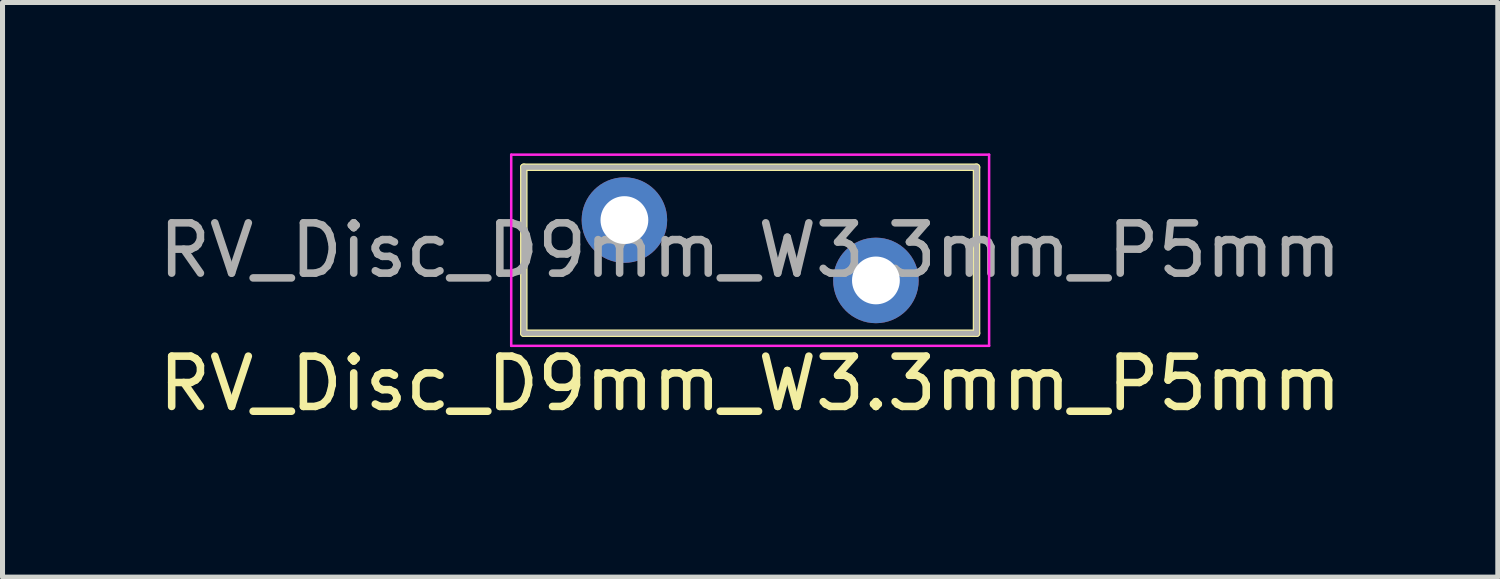
<source format=kicad_pcb>
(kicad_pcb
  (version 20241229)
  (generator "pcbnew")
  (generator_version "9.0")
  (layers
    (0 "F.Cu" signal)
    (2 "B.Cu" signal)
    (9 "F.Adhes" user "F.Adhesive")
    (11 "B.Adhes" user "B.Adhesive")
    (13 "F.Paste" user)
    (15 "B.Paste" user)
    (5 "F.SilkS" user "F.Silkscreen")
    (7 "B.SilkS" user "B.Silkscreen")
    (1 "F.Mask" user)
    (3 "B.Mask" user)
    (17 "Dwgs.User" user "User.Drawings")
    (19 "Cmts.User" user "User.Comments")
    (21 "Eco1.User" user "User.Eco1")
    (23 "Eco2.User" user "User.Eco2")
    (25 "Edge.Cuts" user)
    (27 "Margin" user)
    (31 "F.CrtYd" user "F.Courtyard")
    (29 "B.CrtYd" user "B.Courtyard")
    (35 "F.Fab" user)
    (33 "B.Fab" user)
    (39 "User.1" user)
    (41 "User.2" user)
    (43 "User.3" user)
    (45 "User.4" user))
  (footprint "RV_Disc_D9mm_W3.3mm_P5mm"
    (layer "F.Cu")
    (at 9.363 1.325)
    (property "Reference" "RV_Disc_D9mm_W3.3mm_P5mm" (at 2.5 3.25 0) (layer "F.SilkS") (effects (font (size 1 1) (thickness 0.15))))
    (attr through_hole)
    (fp_line (start -2 -1.05) (end -2 2.25) (stroke (width 0.15) (type solid)) (layer "F.SilkS"))
    (fp_line (start -2 -1.05) (end 7 -1.05) (stroke (width 0.15) (type solid)) (layer "F.SilkS"))
    (fp_line (start -2 2.25) (end 7 2.25) (stroke (width 0.15) (type solid)) (layer "F.SilkS"))
    (fp_line (start 7 -1.05) (end 7 2.25) (stroke (width 0.15) (type solid)) (layer "F.SilkS"))
    (fp_line (start -2.25 -1.3) (end -2.25 2.5) (stroke (width 0.05) (type solid)) (layer "F.CrtYd"))
    (fp_line (start -2.25 -1.3) (end 7.25 -1.3) (stroke (width 0.05) (type solid)) (layer "F.CrtYd"))
    (fp_line (start -2.25 2.5) (end 7.25 2.5) (stroke (width 0.05) (type solid)) (layer "F.CrtYd"))
    (fp_line (start 7.25 -1.3) (end 7.25 2.5) (stroke (width 0.05) (type solid)) (layer "F.CrtYd"))
    (fp_line (start -2 -1.05) (end -2 2.25) (stroke (width 0.1) (type solid)) (layer "F.Fab"))
    (fp_line (start -2 -1.05) (end 7 -1.05) (stroke (width 0.1) (type solid)) (layer "F.Fab"))
    (fp_line (start -2 2.25) (end 7 2.25) (stroke (width 0.1) (type solid)) (layer "F.Fab"))
    (fp_line (start 7 -1.05) (end 7 2.25) (stroke (width 0.1) (type solid)) (layer "F.Fab"))
    (fp_text user "${REFERENCE}" (at 2.5 0.6 0) (layer "F.Fab") (effects (font (size 1 1) (thickness 0.15))))
    (pad "1" thru_hole circle (at 0 0) (size 1.7 1.7) (drill 0.95) (layers "*.Cu" "*.Mask"))
    (pad "2" thru_hole circle (at 5 1.2) (size 1.7 1.7) (drill 0.95) (layers "*.Cu" "*.Mask")))
  (gr_rect
    (start -3 -3)
    (end 26.726 8.423)
    (stroke (width 0.1) (type default))
    (fill no)
    (layer "Edge.Cuts")))
</source>
